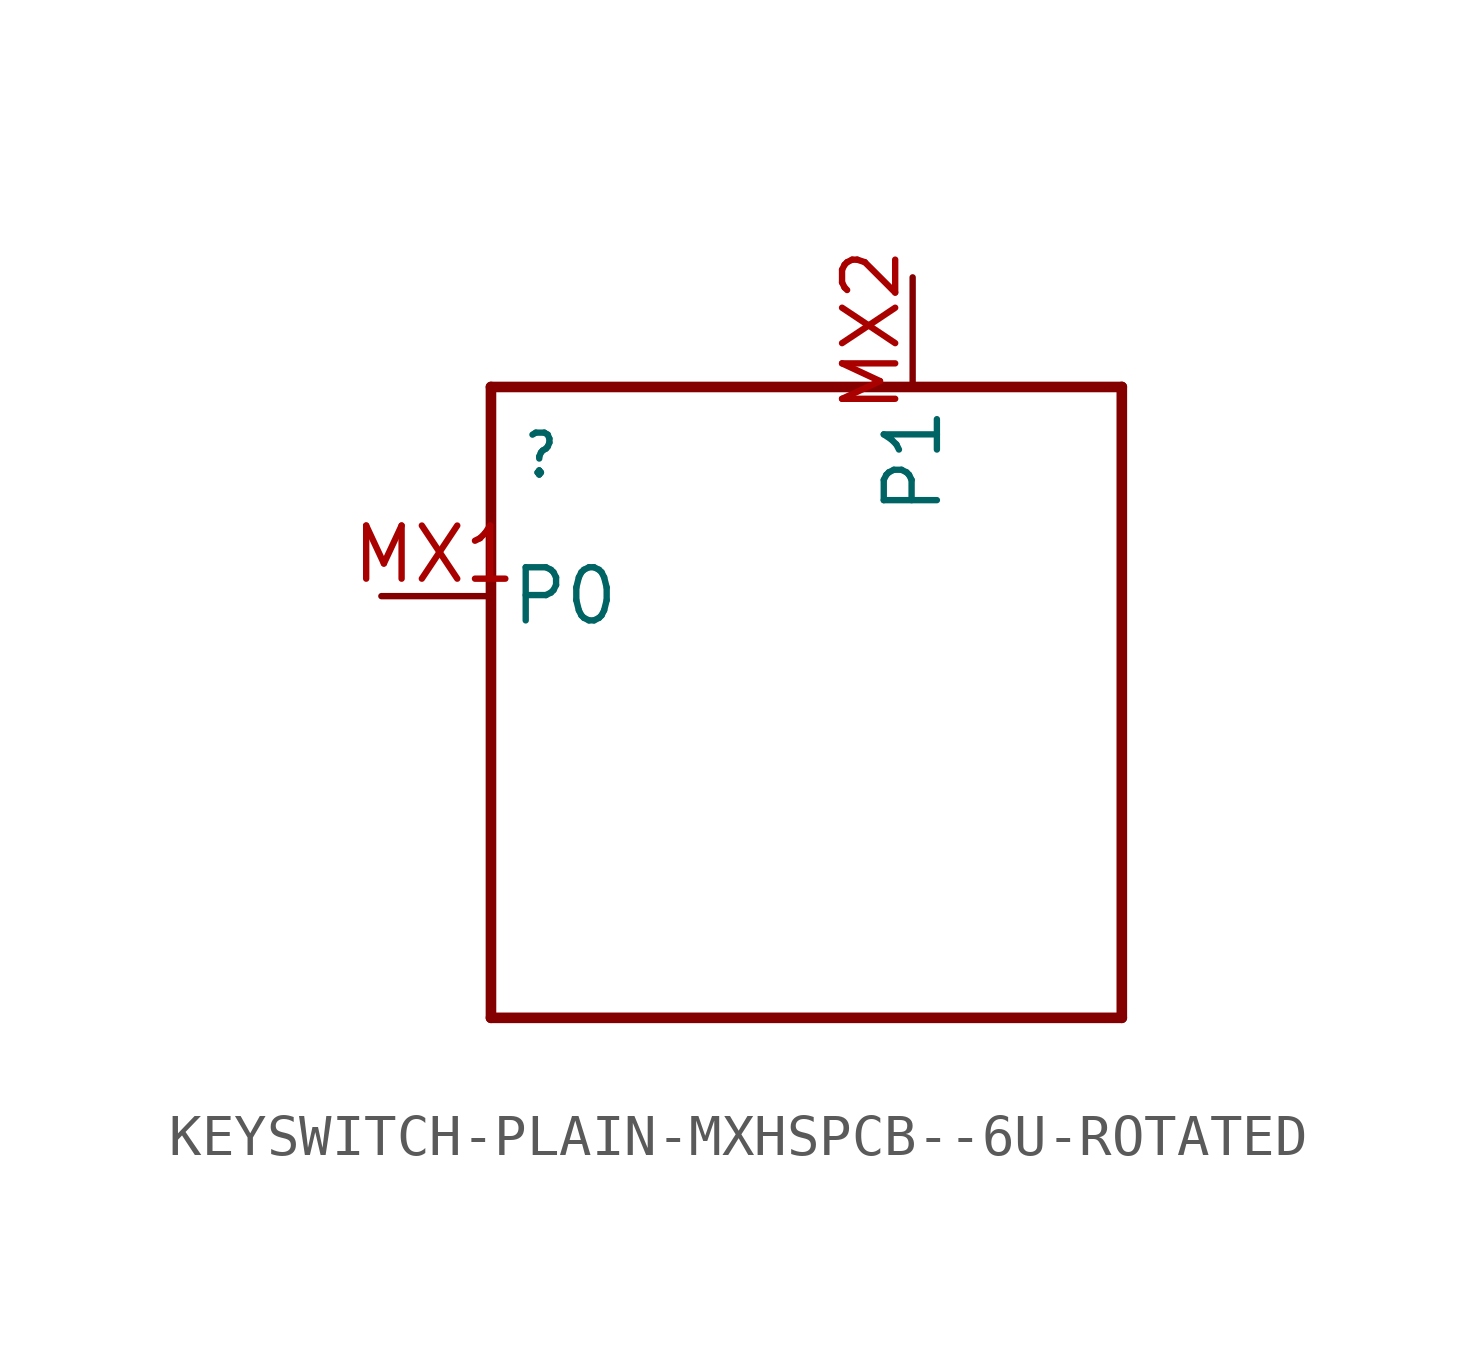
<source format=kicad_sym>
(kicad_symbol_lib
  (version 20211014)
  (generator kicad_symbol_editor)
  (symbol "KEYSWITCH-PLAIN-MXHSPCB--6U-ROTATED"
    (property "Reference" ""
      (at -6.81 5.318 0)
      (effects (font (size 1 0.85)) (justify left bottom)))
    (property "ki_locked" ""
      (at 0 0 0)
      (effects (font (size 1.27 1.27))))
    (symbol "KEYSWITCH-PLAIN-MXHSPCB--6U-ROTATED_1_0"
      (polyline (pts (xy -7.54 -7.54) (xy -7.54 7.54)) (stroke (width 0.254) (type default) (color 0 0 0 0)) (fill (type none)))
      (polyline (pts (xy -7.54 7.54) (xy 7.54 7.54)) (stroke (width 0.254) (type default) (color 0 0 0 0)) (fill (type none)))
      (polyline (pts (xy 7.54 -7.54) (xy -7.54 -7.54)) (stroke (width 0.254) (type default) (color 0 0 0 0)) (fill (type none)))
      (polyline (pts (xy 7.54 7.54) (xy 7.54 -7.54)) (stroke (width 0.254) (type default) (color 0 0 0 0)) (fill (type none)))
      (pin bidirectional line (at -10.16 2.54 0) (length 2.54) (name "P0" (effects (font (size 1.27 1.27)))) (number "MX1" (effects (font (size 1.27 1.27)))))
      (pin bidirectional line (at 2.54 10.16 270) (length 2.54) (name "P1" (effects (font (size 1.27 1.27)))) (number "MX2" (effects (font (size 1.27 1.27))))))))
</source>
